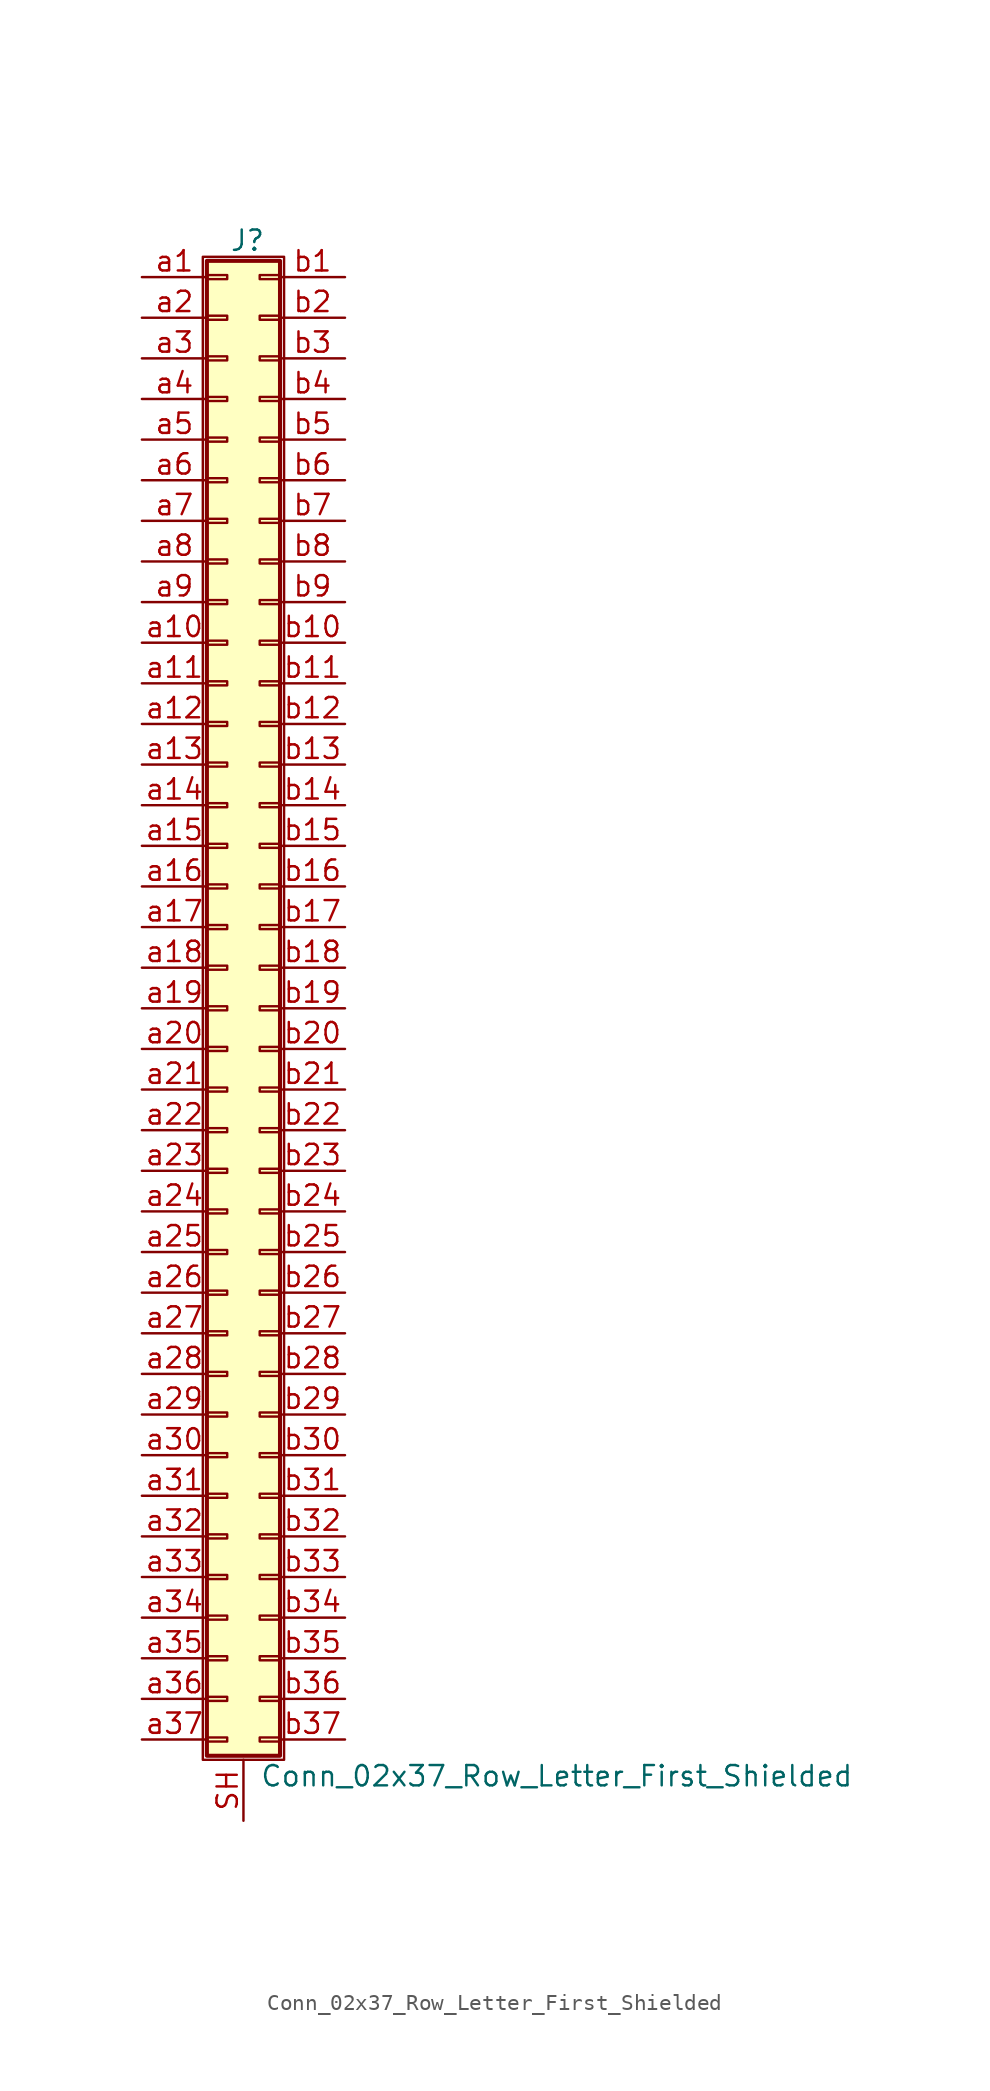
<source format=kicad_sym>
(kicad_symbol_lib
  (version 20201005)
  (generator kicad_symbol_editor)
  (symbol "Conn_02x37_Row_Letter_First_Shielded"
    (pin_names
      (offset 1.016) hide)
    (property "Reference" "J"
      (at 1.524 48.006 0)
      (effects (font (size 1.27 1.27))))
    (property "Value" "Conn_02x37_Row_Letter_First_Shielded"
      (at 2.286 -48.006 0)
      (effects (font (size 1.27 1.27)) (justify left)))
    (symbol "Conn_02x37_Row_Letter_First_Shielded_1_1"
      (rectangle (start -1.27 46.99) (end 3.81 -46.99) (stroke (width 0.152)) (fill (type none)))
      (rectangle (start -1.016 -45.593) (end 0.254 -45.847) (stroke (width 0.152)) (fill (type none)))
      (rectangle (start -1.016 -43.053) (end 0.254 -43.307) (stroke (width 0.152)) (fill (type none)))
      (rectangle (start -1.016 -40.513) (end 0.254 -40.767) (stroke (width 0.152)) (fill (type none)))
      (rectangle (start -1.016 -37.973) (end 0.254 -38.227) (stroke (width 0.152)) (fill (type none)))
      (rectangle (start -1.016 -35.433) (end 0.254 -35.687) (stroke (width 0.152)) (fill (type none)))
      (rectangle (start -1.016 -32.893) (end 0.254 -33.147) (stroke (width 0.152)) (fill (type none)))
      (rectangle (start -1.016 -30.353) (end 0.254 -30.607) (stroke (width 0.152)) (fill (type none)))
      (rectangle (start -1.016 -27.813) (end 0.254 -28.067) (stroke (width 0.152)) (fill (type none)))
      (rectangle (start -1.016 -25.273) (end 0.254 -25.527) (stroke (width 0.152)) (fill (type none)))
      (rectangle (start -1.016 -22.733) (end 0.254 -22.987) (stroke (width 0.152)) (fill (type none)))
      (rectangle (start -1.016 -20.193) (end 0.254 -20.447) (stroke (width 0.152)) (fill (type none)))
      (rectangle (start -1.016 -17.653) (end 0.254 -17.907) (stroke (width 0.152)) (fill (type none)))
      (rectangle (start -1.016 -15.113) (end 0.254 -15.367) (stroke (width 0.152)) (fill (type none)))
      (rectangle (start -1.016 -12.573) (end 0.254 -12.827) (stroke (width 0.152)) (fill (type none)))
      (rectangle (start -1.016 -10.033) (end 0.254 -10.287) (stroke (width 0.152)) (fill (type none)))
      (rectangle (start -1.016 -7.493) (end 0.254 -7.747) (stroke (width 0.152)) (fill (type none)))
      (rectangle (start -1.016 -4.953) (end 0.254 -5.207) (stroke (width 0.152)) (fill (type none)))
      (rectangle (start -1.016 -2.413) (end 0.254 -2.667) (stroke (width 0.152)) (fill (type none)))
      (rectangle (start -1.016 0.127) (end 0.254 -0.127) (stroke (width 0.152)) (fill (type none)))
      (rectangle (start -1.016 2.667) (end 0.254 2.413) (stroke (width 0.152)) (fill (type none)))
      (rectangle (start -1.016 5.207) (end 0.254 4.953) (stroke (width 0.152)) (fill (type none)))
      (rectangle (start -1.016 7.747) (end 0.254 7.493) (stroke (width 0.152)) (fill (type none)))
      (rectangle (start -1.016 10.287) (end 0.254 10.033) (stroke (width 0.152)) (fill (type none)))
      (rectangle (start -1.016 12.827) (end 0.254 12.573) (stroke (width 0.152)) (fill (type none)))
      (rectangle (start -1.016 15.367) (end 0.254 15.113) (stroke (width 0.152)) (fill (type none)))
      (rectangle (start -1.016 17.907) (end 0.254 17.653) (stroke (width 0.152)) (fill (type none)))
      (rectangle (start -1.016 20.447) (end 0.254 20.193) (stroke (width 0.152)) (fill (type none)))
      (rectangle (start -1.016 22.987) (end 0.254 22.733) (stroke (width 0.152)) (fill (type none)))
      (rectangle (start -1.016 25.527) (end 0.254 25.273) (stroke (width 0.152)) (fill (type none)))
      (rectangle (start -1.016 28.067) (end 0.254 27.813) (stroke (width 0.152)) (fill (type none)))
      (rectangle (start -1.016 30.607) (end 0.254 30.353) (stroke (width 0.152)) (fill (type none)))
      (rectangle (start -1.016 33.147) (end 0.254 32.893) (stroke (width 0.152)) (fill (type none)))
      (rectangle (start -1.016 35.687) (end 0.254 35.433) (stroke (width 0.152)) (fill (type none)))
      (rectangle (start -1.016 38.227) (end 0.254 37.973) (stroke (width 0.152)) (fill (type none)))
      (rectangle (start -1.016 40.767) (end 0.254 40.513) (stroke (width 0.152)) (fill (type none)))
      (rectangle (start -1.016 43.307) (end 0.254 43.053) (stroke (width 0.152)) (fill (type none)))
      (rectangle (start -1.016 45.847) (end 0.254 45.593) (stroke (width 0.152)) (fill (type none)))
      (rectangle (start -1.016 46.736) (end 3.556 -46.736) (stroke (width 0.254)) (fill (type background)))
      (rectangle (start 3.556 -45.593) (end 2.286 -45.847) (stroke (width 0.152)) (fill (type none)))
      (rectangle (start 3.556 -43.053) (end 2.286 -43.307) (stroke (width 0.152)) (fill (type none)))
      (rectangle (start 3.556 -40.513) (end 2.286 -40.767) (stroke (width 0.152)) (fill (type none)))
      (rectangle (start 3.556 -37.973) (end 2.286 -38.227) (stroke (width 0.152)) (fill (type none)))
      (rectangle (start 3.556 -35.433) (end 2.286 -35.687) (stroke (width 0.152)) (fill (type none)))
      (rectangle (start 3.556 -32.893) (end 2.286 -33.147) (stroke (width 0.152)) (fill (type none)))
      (rectangle (start 3.556 -30.353) (end 2.286 -30.607) (stroke (width 0.152)) (fill (type none)))
      (rectangle (start 3.556 -27.813) (end 2.286 -28.067) (stroke (width 0.152)) (fill (type none)))
      (rectangle (start 3.556 -25.273) (end 2.286 -25.527) (stroke (width 0.152)) (fill (type none)))
      (rectangle (start 3.556 -22.733) (end 2.286 -22.987) (stroke (width 0.152)) (fill (type none)))
      (rectangle (start 3.556 -20.193) (end 2.286 -20.447) (stroke (width 0.152)) (fill (type none)))
      (rectangle (start 3.556 -17.653) (end 2.286 -17.907) (stroke (width 0.152)) (fill (type none)))
      (rectangle (start 3.556 -15.113) (end 2.286 -15.367) (stroke (width 0.152)) (fill (type none)))
      (rectangle (start 3.556 -12.573) (end 2.286 -12.827) (stroke (width 0.152)) (fill (type none)))
      (rectangle (start 3.556 -10.033) (end 2.286 -10.287) (stroke (width 0.152)) (fill (type none)))
      (rectangle (start 3.556 -7.493) (end 2.286 -7.747) (stroke (width 0.152)) (fill (type none)))
      (rectangle (start 3.556 -4.953) (end 2.286 -5.207) (stroke (width 0.152)) (fill (type none)))
      (rectangle (start 3.556 -2.413) (end 2.286 -2.667) (stroke (width 0.152)) (fill (type none)))
      (rectangle (start 3.556 0.127) (end 2.286 -0.127) (stroke (width 0.152)) (fill (type none)))
      (rectangle (start 3.556 2.667) (end 2.286 2.413) (stroke (width 0.152)) (fill (type none)))
      (rectangle (start 3.556 5.207) (end 2.286 4.953) (stroke (width 0.152)) (fill (type none)))
      (rectangle (start 3.556 7.747) (end 2.286 7.493) (stroke (width 0.152)) (fill (type none)))
      (rectangle (start 3.556 10.287) (end 2.286 10.033) (stroke (width 0.152)) (fill (type none)))
      (rectangle (start 3.556 12.827) (end 2.286 12.573) (stroke (width 0.152)) (fill (type none)))
      (rectangle (start 3.556 15.367) (end 2.286 15.113) (stroke (width 0.152)) (fill (type none)))
      (rectangle (start 3.556 17.907) (end 2.286 17.653) (stroke (width 0.152)) (fill (type none)))
      (rectangle (start 3.556 20.447) (end 2.286 20.193) (stroke (width 0.152)) (fill (type none)))
      (rectangle (start 3.556 22.987) (end 2.286 22.733) (stroke (width 0.152)) (fill (type none)))
      (rectangle (start 3.556 25.527) (end 2.286 25.273) (stroke (width 0.152)) (fill (type none)))
      (rectangle (start 3.556 28.067) (end 2.286 27.813) (stroke (width 0.152)) (fill (type none)))
      (rectangle (start 3.556 30.607) (end 2.286 30.353) (stroke (width 0.152)) (fill (type none)))
      (rectangle (start 3.556 33.147) (end 2.286 32.893) (stroke (width 0.152)) (fill (type none)))
      (rectangle (start 3.556 35.687) (end 2.286 35.433) (stroke (width 0.152)) (fill (type none)))
      (rectangle (start 3.556 38.227) (end 2.286 37.973) (stroke (width 0.152)) (fill (type none)))
      (rectangle (start 3.556 40.767) (end 2.286 40.513) (stroke (width 0.152)) (fill (type none)))
      (rectangle (start 3.556 43.307) (end 2.286 43.053) (stroke (width 0.152)) (fill (type none)))
      (rectangle (start 3.556 45.847) (end 2.286 45.593) (stroke (width 0.152)) (fill (type none)))
      (pin passive line (at 1.27 -50.8 90) (length 3.81) (name "Shield" (effects (font (size 1.27 1.27)))) (number "SH" (effects (font (size 1.27 1.27)))))
      (pin passive line (at -5.08 45.72 0) (length 4.064) (name "Pin_a1" (effects (font (size 1.27 1.27)))) (number "a1" (effects (font (size 1.27 1.27)))))
      (pin passive line (at -5.08 22.86 0) (length 4.064) (name "Pin_a10" (effects (font (size 1.27 1.27)))) (number "a10" (effects (font (size 1.27 1.27)))))
      (pin passive line (at -5.08 20.32 0) (length 4.064) (name "Pin_a11" (effects (font (size 1.27 1.27)))) (number "a11" (effects (font (size 1.27 1.27)))))
      (pin passive line (at -5.08 17.78 0) (length 4.064) (name "Pin_a12" (effects (font (size 1.27 1.27)))) (number "a12" (effects (font (size 1.27 1.27)))))
      (pin passive line (at -5.08 15.24 0) (length 4.064) (name "Pin_a13" (effects (font (size 1.27 1.27)))) (number "a13" (effects (font (size 1.27 1.27)))))
      (pin passive line (at -5.08 12.7 0) (length 4.064) (name "Pin_a14" (effects (font (size 1.27 1.27)))) (number "a14" (effects (font (size 1.27 1.27)))))
      (pin passive line (at -5.08 10.16 0) (length 4.064) (name "Pin_a15" (effects (font (size 1.27 1.27)))) (number "a15" (effects (font (size 1.27 1.27)))))
      (pin passive line (at -5.08 7.62 0) (length 4.064) (name "Pin_a16" (effects (font (size 1.27 1.27)))) (number "a16" (effects (font (size 1.27 1.27)))))
      (pin passive line (at -5.08 5.08 0) (length 4.064) (name "Pin_a17" (effects (font (size 1.27 1.27)))) (number "a17" (effects (font (size 1.27 1.27)))))
      (pin passive line (at -5.08 2.54 0) (length 4.064) (name "Pin_a18" (effects (font (size 1.27 1.27)))) (number "a18" (effects (font (size 1.27 1.27)))))
      (pin passive line (at -5.08 0 0) (length 4.064) (name "Pin_a19" (effects (font (size 1.27 1.27)))) (number "a19" (effects (font (size 1.27 1.27)))))
      (pin passive line (at -5.08 43.18 0) (length 4.064) (name "Pin_a2" (effects (font (size 1.27 1.27)))) (number "a2" (effects (font (size 1.27 1.27)))))
      (pin passive line (at -5.08 -2.54 0) (length 4.064) (name "Pin_a20" (effects (font (size 1.27 1.27)))) (number "a20" (effects (font (size 1.27 1.27)))))
      (pin passive line (at -5.08 -5.08 0) (length 4.064) (name "Pin_a21" (effects (font (size 1.27 1.27)))) (number "a21" (effects (font (size 1.27 1.27)))))
      (pin passive line (at -5.08 -7.62 0) (length 4.064) (name "Pin_a22" (effects (font (size 1.27 1.27)))) (number "a22" (effects (font (size 1.27 1.27)))))
      (pin passive line (at -5.08 -10.16 0) (length 4.064) (name "Pin_a23" (effects (font (size 1.27 1.27)))) (number "a23" (effects (font (size 1.27 1.27)))))
      (pin passive line (at -5.08 -12.7 0) (length 4.064) (name "Pin_a24" (effects (font (size 1.27 1.27)))) (number "a24" (effects (font (size 1.27 1.27)))))
      (pin passive line (at -5.08 -15.24 0) (length 4.064) (name "Pin_a25" (effects (font (size 1.27 1.27)))) (number "a25" (effects (font (size 1.27 1.27)))))
      (pin passive line (at -5.08 -17.78 0) (length 4.064) (name "Pin_a26" (effects (font (size 1.27 1.27)))) (number "a26" (effects (font (size 1.27 1.27)))))
      (pin passive line (at -5.08 -20.32 0) (length 4.064) (name "Pin_a27" (effects (font (size 1.27 1.27)))) (number "a27" (effects (font (size 1.27 1.27)))))
      (pin passive line (at -5.08 -22.86 0) (length 4.064) (name "Pin_a28" (effects (font (size 1.27 1.27)))) (number "a28" (effects (font (size 1.27 1.27)))))
      (pin passive line (at -5.08 -25.4 0) (length 4.064) (name "Pin_a29" (effects (font (size 1.27 1.27)))) (number "a29" (effects (font (size 1.27 1.27)))))
      (pin passive line (at -5.08 40.64 0) (length 4.064) (name "Pin_a3" (effects (font (size 1.27 1.27)))) (number "a3" (effects (font (size 1.27 1.27)))))
      (pin passive line (at -5.08 -27.94 0) (length 4.064) (name "Pin_a30" (effects (font (size 1.27 1.27)))) (number "a30" (effects (font (size 1.27 1.27)))))
      (pin passive line (at -5.08 -30.48 0) (length 4.064) (name "Pin_a31" (effects (font (size 1.27 1.27)))) (number "a31" (effects (font (size 1.27 1.27)))))
      (pin passive line (at -5.08 -33.02 0) (length 4.064) (name "Pin_a32" (effects (font (size 1.27 1.27)))) (number "a32" (effects (font (size 1.27 1.27)))))
      (pin passive line (at -5.08 -35.56 0) (length 4.064) (name "Pin_a33" (effects (font (size 1.27 1.27)))) (number "a33" (effects (font (size 1.27 1.27)))))
      (pin passive line (at -5.08 -38.1 0) (length 4.064) (name "Pin_a34" (effects (font (size 1.27 1.27)))) (number "a34" (effects (font (size 1.27 1.27)))))
      (pin passive line (at -5.08 -40.64 0) (length 4.064) (name "Pin_a35" (effects (font (size 1.27 1.27)))) (number "a35" (effects (font (size 1.27 1.27)))))
      (pin passive line (at -5.08 -43.18 0) (length 4.064) (name "Pin_a36" (effects (font (size 1.27 1.27)))) (number "a36" (effects (font (size 1.27 1.27)))))
      (pin passive line (at -5.08 -45.72 0) (length 4.064) (name "Pin_a37" (effects (font (size 1.27 1.27)))) (number "a37" (effects (font (size 1.27 1.27)))))
      (pin passive line (at -5.08 38.1 0) (length 4.064) (name "Pin_a4" (effects (font (size 1.27 1.27)))) (number "a4" (effects (font (size 1.27 1.27)))))
      (pin passive line (at -5.08 35.56 0) (length 4.064) (name "Pin_a5" (effects (font (size 1.27 1.27)))) (number "a5" (effects (font (size 1.27 1.27)))))
      (pin passive line (at -5.08 33.02 0) (length 4.064) (name "Pin_a6" (effects (font (size 1.27 1.27)))) (number "a6" (effects (font (size 1.27 1.27)))))
      (pin passive line (at -5.08 30.48 0) (length 4.064) (name "Pin_a7" (effects (font (size 1.27 1.27)))) (number "a7" (effects (font (size 1.27 1.27)))))
      (pin passive line (at -5.08 27.94 0) (length 4.064) (name "Pin_a8" (effects (font (size 1.27 1.27)))) (number "a8" (effects (font (size 1.27 1.27)))))
      (pin passive line (at -5.08 25.4 0) (length 4.064) (name "Pin_a9" (effects (font (size 1.27 1.27)))) (number "a9" (effects (font (size 1.27 1.27)))))
      (pin passive line (at 7.62 45.72 180) (length 4.064) (name "Pin_b1" (effects (font (size 1.27 1.27)))) (number "b1" (effects (font (size 1.27 1.27)))))
      (pin passive line (at 7.62 22.86 180) (length 4.064) (name "Pin_b10" (effects (font (size 1.27 1.27)))) (number "b10" (effects (font (size 1.27 1.27)))))
      (pin passive line (at 7.62 20.32 180) (length 4.064) (name "Pin_b11" (effects (font (size 1.27 1.27)))) (number "b11" (effects (font (size 1.27 1.27)))))
      (pin passive line (at 7.62 17.78 180) (length 4.064) (name "Pin_b12" (effects (font (size 1.27 1.27)))) (number "b12" (effects (font (size 1.27 1.27)))))
      (pin passive line (at 7.62 15.24 180) (length 4.064) (name "Pin_b13" (effects (font (size 1.27 1.27)))) (number "b13" (effects (font (size 1.27 1.27)))))
      (pin passive line (at 7.62 12.7 180) (length 4.064) (name "Pin_b14" (effects (font (size 1.27 1.27)))) (number "b14" (effects (font (size 1.27 1.27)))))
      (pin passive line (at 7.62 10.16 180) (length 4.064) (name "Pin_b15" (effects (font (size 1.27 1.27)))) (number "b15" (effects (font (size 1.27 1.27)))))
      (pin passive line (at 7.62 7.62 180) (length 4.064) (name "Pin_b16" (effects (font (size 1.27 1.27)))) (number "b16" (effects (font (size 1.27 1.27)))))
      (pin passive line (at 7.62 5.08 180) (length 4.064) (name "Pin_b17" (effects (font (size 1.27 1.27)))) (number "b17" (effects (font (size 1.27 1.27)))))
      (pin passive line (at 7.62 2.54 180) (length 4.064) (name "Pin_b18" (effects (font (size 1.27 1.27)))) (number "b18" (effects (font (size 1.27 1.27)))))
      (pin passive line (at 7.62 0 180) (length 4.064) (name "Pin_b19" (effects (font (size 1.27 1.27)))) (number "b19" (effects (font (size 1.27 1.27)))))
      (pin passive line (at 7.62 43.18 180) (length 4.064) (name "Pin_b2" (effects (font (size 1.27 1.27)))) (number "b2" (effects (font (size 1.27 1.27)))))
      (pin passive line (at 7.62 -2.54 180) (length 4.064) (name "Pin_b20" (effects (font (size 1.27 1.27)))) (number "b20" (effects (font (size 1.27 1.27)))))
      (pin passive line (at 7.62 -5.08 180) (length 4.064) (name "Pin_b21" (effects (font (size 1.27 1.27)))) (number "b21" (effects (font (size 1.27 1.27)))))
      (pin passive line (at 7.62 -7.62 180) (length 4.064) (name "Pin_b22" (effects (font (size 1.27 1.27)))) (number "b22" (effects (font (size 1.27 1.27)))))
      (pin passive line (at 7.62 -10.16 180) (length 4.064) (name "Pin_b23" (effects (font (size 1.27 1.27)))) (number "b23" (effects (font (size 1.27 1.27)))))
      (pin passive line (at 7.62 -12.7 180) (length 4.064) (name "Pin_b24" (effects (font (size 1.27 1.27)))) (number "b24" (effects (font (size 1.27 1.27)))))
      (pin passive line (at 7.62 -15.24 180) (length 4.064) (name "Pin_b25" (effects (font (size 1.27 1.27)))) (number "b25" (effects (font (size 1.27 1.27)))))
      (pin passive line (at 7.62 -17.78 180) (length 4.064) (name "Pin_b26" (effects (font (size 1.27 1.27)))) (number "b26" (effects (font (size 1.27 1.27)))))
      (pin passive line (at 7.62 -20.32 180) (length 4.064) (name "Pin_b27" (effects (font (size 1.27 1.27)))) (number "b27" (effects (font (size 1.27 1.27)))))
      (pin passive line (at 7.62 -22.86 180) (length 4.064) (name "Pin_b28" (effects (font (size 1.27 1.27)))) (number "b28" (effects (font (size 1.27 1.27)))))
      (pin passive line (at 7.62 -25.4 180) (length 4.064) (name "Pin_b29" (effects (font (size 1.27 1.27)))) (number "b29" (effects (font (size 1.27 1.27)))))
      (pin passive line (at 7.62 40.64 180) (length 4.064) (name "Pin_b3" (effects (font (size 1.27 1.27)))) (number "b3" (effects (font (size 1.27 1.27)))))
      (pin passive line (at 7.62 -27.94 180) (length 4.064) (name "Pin_b30" (effects (font (size 1.27 1.27)))) (number "b30" (effects (font (size 1.27 1.27)))))
      (pin passive line (at 7.62 -30.48 180) (length 4.064) (name "Pin_b31" (effects (font (size 1.27 1.27)))) (number "b31" (effects (font (size 1.27 1.27)))))
      (pin passive line (at 7.62 -33.02 180) (length 4.064) (name "Pin_b32" (effects (font (size 1.27 1.27)))) (number "b32" (effects (font (size 1.27 1.27)))))
      (pin passive line (at 7.62 -35.56 180) (length 4.064) (name "Pin_b33" (effects (font (size 1.27 1.27)))) (number "b33" (effects (font (size 1.27 1.27)))))
      (pin passive line (at 7.62 -38.1 180) (length 4.064) (name "Pin_b34" (effects (font (size 1.27 1.27)))) (number "b34" (effects (font (size 1.27 1.27)))))
      (pin passive line (at 7.62 -40.64 180) (length 4.064) (name "Pin_b35" (effects (font (size 1.27 1.27)))) (number "b35" (effects (font (size 1.27 1.27)))))
      (pin passive line (at 7.62 -43.18 180) (length 4.064) (name "Pin_b36" (effects (font (size 1.27 1.27)))) (number "b36" (effects (font (size 1.27 1.27)))))
      (pin passive line (at 7.62 -45.72 180) (length 4.064) (name "Pin_b37" (effects (font (size 1.27 1.27)))) (number "b37" (effects (font (size 1.27 1.27)))))
      (pin passive line (at 7.62 38.1 180) (length 4.064) (name "Pin_b4" (effects (font (size 1.27 1.27)))) (number "b4" (effects (font (size 1.27 1.27)))))
      (pin passive line (at 7.62 35.56 180) (length 4.064) (name "Pin_b5" (effects (font (size 1.27 1.27)))) (number "b5" (effects (font (size 1.27 1.27)))))
      (pin passive line (at 7.62 33.02 180) (length 4.064) (name "Pin_b6" (effects (font (size 1.27 1.27)))) (number "b6" (effects (font (size 1.27 1.27)))))
      (pin passive line (at 7.62 30.48 180) (length 4.064) (name "Pin_b7" (effects (font (size 1.27 1.27)))) (number "b7" (effects (font (size 1.27 1.27)))))
      (pin passive line (at 7.62 27.94 180) (length 4.064) (name "Pin_b8" (effects (font (size 1.27 1.27)))) (number "b8" (effects (font (size 1.27 1.27)))))
      (pin passive line (at 7.62 25.4 180) (length 4.064) (name "Pin_b9" (effects (font (size 1.27 1.27)))) (number "b9" (effects (font (size 1.27 1.27))))))))
</source>
